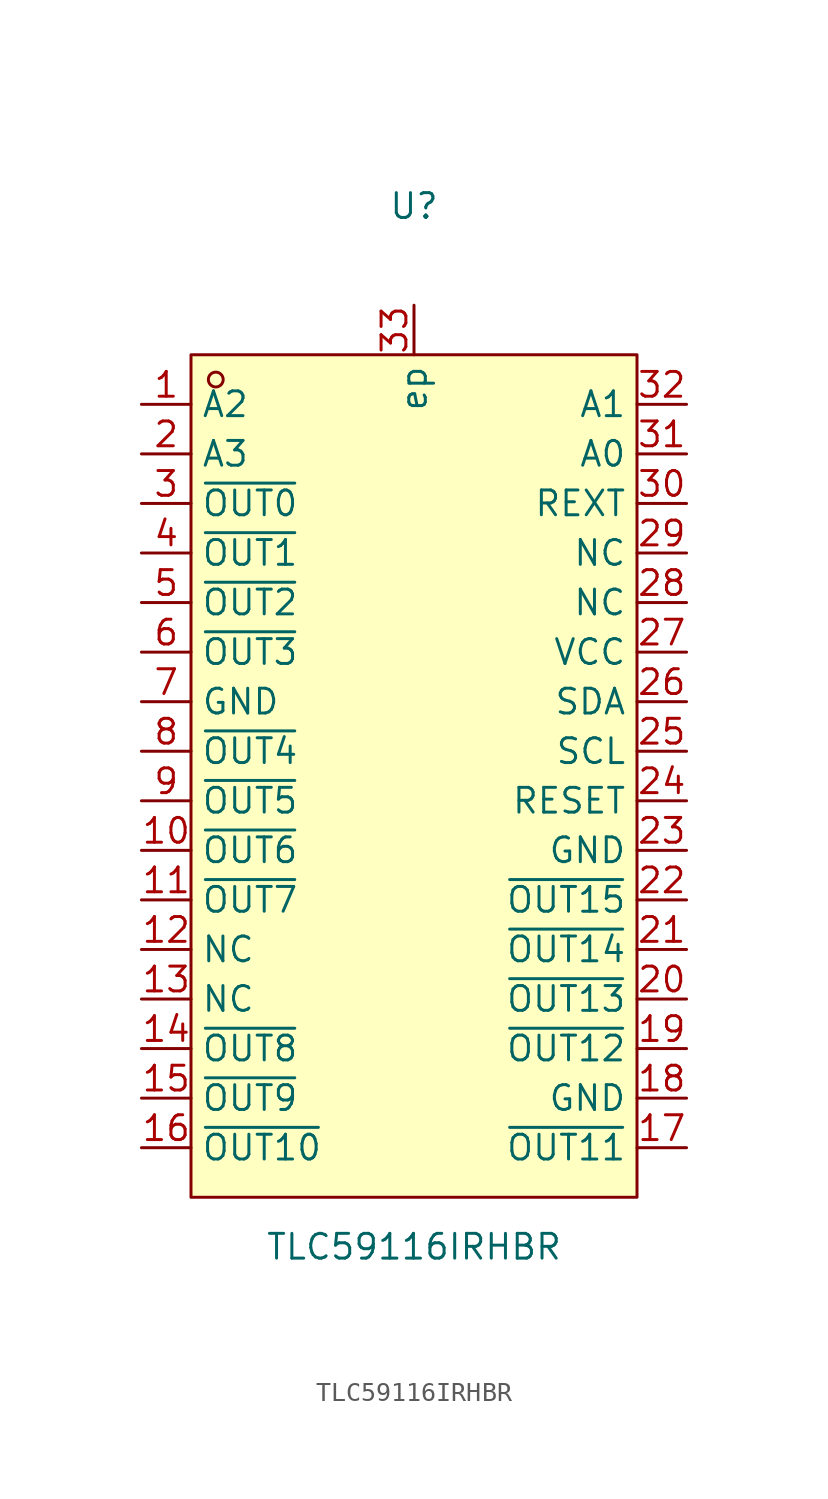
<source format=kicad_sym>
(kicad_symbol_lib
  (version 20220914)
  (generator kicad_symbol_editor)
  (symbol "TLC59116IRHBR"
    (property "Reference" "U"
      (at 0 29.21 0)
      (effects (font (size 1.27 1.27))))
    (property "Value" "TLC59116IRHBR"
      (at 0 -24.13 0)
      (effects (font (size 1.27 1.27))))
    (symbol "TLC59116IRHBR_0_1"
      (rectangle (start -11.43 21.59) (end 11.43 -21.59) (stroke (width 0) (type default)) (fill (type background)))
      (circle (center -10.16 20.32) (radius 0.38) (stroke (width 0) (type default)) (fill (type none)))
      (pin passive line (at -13.97 -3.81 0) (length 2.54) (name "~{OUT6}" (effects (font (size 1.27 1.27)))) (number "10" (effects (font (size 1.27 1.27)))))
      (pin passive line (at -13.97 -6.35 0) (length 2.54) (name "~{OUT7}" (effects (font (size 1.27 1.27)))) (number "11" (effects (font (size 1.27 1.27)))))
      (pin passive line (at -13.97 -8.89 0) (length 2.54) (name "NC" (effects (font (size 1.27 1.27)))) (number "12" (effects (font (size 1.27 1.27)))))
      (pin passive line (at -13.97 -11.43 0) (length 2.54) (name "NC" (effects (font (size 1.27 1.27)))) (number "13" (effects (font (size 1.27 1.27)))))
      (pin passive line (at -13.97 -13.97 0) (length 2.54) (name "~{OUT8}" (effects (font (size 1.27 1.27)))) (number "14" (effects (font (size 1.27 1.27)))))
      (pin passive line (at -13.97 -16.51 0) (length 2.54) (name "~{OUT9}" (effects (font (size 1.27 1.27)))) (number "15" (effects (font (size 1.27 1.27)))))
      (pin passive line (at -13.97 -19.05 0) (length 2.54) (name "~{OUT10}" (effects (font (size 1.27 1.27)))) (number "16" (effects (font (size 1.27 1.27)))))
      (pin passive line (at 13.97 -19.05 180) (length 2.54) (name "~{OUT11}" (effects (font (size 1.27 1.27)))) (number "17" (effects (font (size 1.27 1.27)))))
      (pin passive line (at 13.97 -16.51 180) (length 2.54) (name "GND" (effects (font (size 1.27 1.27)))) (number "18" (effects (font (size 1.27 1.27)))))
      (pin passive line (at 13.97 -13.97 180) (length 2.54) (name "~{OUT12}" (effects (font (size 1.27 1.27)))) (number "19" (effects (font (size 1.27 1.27)))))
      (pin passive line (at -13.97 16.51 0) (length 2.54) (name "A3" (effects (font (size 1.27 1.27)))) (number "2" (effects (font (size 1.27 1.27)))))
      (pin passive line (at 13.97 -11.43 180) (length 2.54) (name "~{OUT13}" (effects (font (size 1.27 1.27)))) (number "20" (effects (font (size 1.27 1.27)))))
      (pin passive line (at 13.97 -8.89 180) (length 2.54) (name "~{OUT14}" (effects (font (size 1.27 1.27)))) (number "21" (effects (font (size 1.27 1.27)))))
      (pin passive line (at 13.97 -6.35 180) (length 2.54) (name "~{OUT15}" (effects (font (size 1.27 1.27)))) (number "22" (effects (font (size 1.27 1.27)))))
      (pin passive line (at 13.97 -3.81 180) (length 2.54) (name "GND" (effects (font (size 1.27 1.27)))) (number "23" (effects (font (size 1.27 1.27)))))
      (pin passive line (at 13.97 -1.27 180) (length 2.54) (name "RESET" (effects (font (size 1.27 1.27)))) (number "24" (effects (font (size 1.27 1.27)))))
      (pin passive line (at 13.97 1.27 180) (length 2.54) (name "SCL" (effects (font (size 1.27 1.27)))) (number "25" (effects (font (size 1.27 1.27)))))
      (pin passive line (at 13.97 3.81 180) (length 2.54) (name "SDA" (effects (font (size 1.27 1.27)))) (number "26" (effects (font (size 1.27 1.27)))))
      (pin passive line (at 13.97 6.35 180) (length 2.54) (name "VCC" (effects (font (size 1.27 1.27)))) (number "27" (effects (font (size 1.27 1.27)))))
      (pin passive line (at 13.97 8.89 180) (length 2.54) (name "NC" (effects (font (size 1.27 1.27)))) (number "28" (effects (font (size 1.27 1.27)))))
      (pin passive line (at 13.97 11.43 180) (length 2.54) (name "NC" (effects (font (size 1.27 1.27)))) (number "29" (effects (font (size 1.27 1.27)))))
      (pin passive line (at -13.97 13.97 0) (length 2.54) (name "~{OUT0}" (effects (font (size 1.27 1.27)))) (number "3" (effects (font (size 1.27 1.27)))))
      (pin passive line (at 13.97 13.97 180) (length 2.54) (name "REXT" (effects (font (size 1.27 1.27)))) (number "30" (effects (font (size 1.27 1.27)))))
      (pin passive line (at 13.97 16.51 180) (length 2.54) (name "A0" (effects (font (size 1.27 1.27)))) (number "31" (effects (font (size 1.27 1.27)))))
      (pin passive line (at 13.97 19.05 180) (length 2.54) (name "A1" (effects (font (size 1.27 1.27)))) (number "32" (effects (font (size 1.27 1.27)))))
      (pin passive line (at 0 24.13 270) (length 2.54) (name "ep" (effects (font (size 1.27 1.27)))) (number "33" (effects (font (size 1.27 1.27)))))
      (pin passive line (at -13.97 11.43 0) (length 2.54) (name "~{OUT1}" (effects (font (size 1.27 1.27)))) (number "4" (effects (font (size 1.27 1.27)))))
      (pin passive line (at -13.97 8.89 0) (length 2.54) (name "~{OUT2}" (effects (font (size 1.27 1.27)))) (number "5" (effects (font (size 1.27 1.27)))))
      (pin passive line (at -13.97 6.35 0) (length 2.54) (name "~{OUT3}" (effects (font (size 1.27 1.27)))) (number "6" (effects (font (size 1.27 1.27)))))
      (pin passive line (at -13.97 3.81 0) (length 2.54) (name "GND" (effects (font (size 1.27 1.27)))) (number "7" (effects (font (size 1.27 1.27)))))
      (pin passive line (at -13.97 1.27 0) (length 2.54) (name "~{OUT4}" (effects (font (size 1.27 1.27)))) (number "8" (effects (font (size 1.27 1.27)))))
      (pin passive line (at -13.97 -1.27 0) (length 2.54) (name "~{OUT5}" (effects (font (size 1.27 1.27)))) (number "9" (effects (font (size 1.27 1.27))))))
    (symbol "TLC59116IRHBR_1_1"
      (pin passive line (at -13.97 19.05 0) (length 2.54) (name "A2" (effects (font (size 1.27 1.27)))) (number "1" (effects (font (size 1.27 1.27))))))))
</source>
